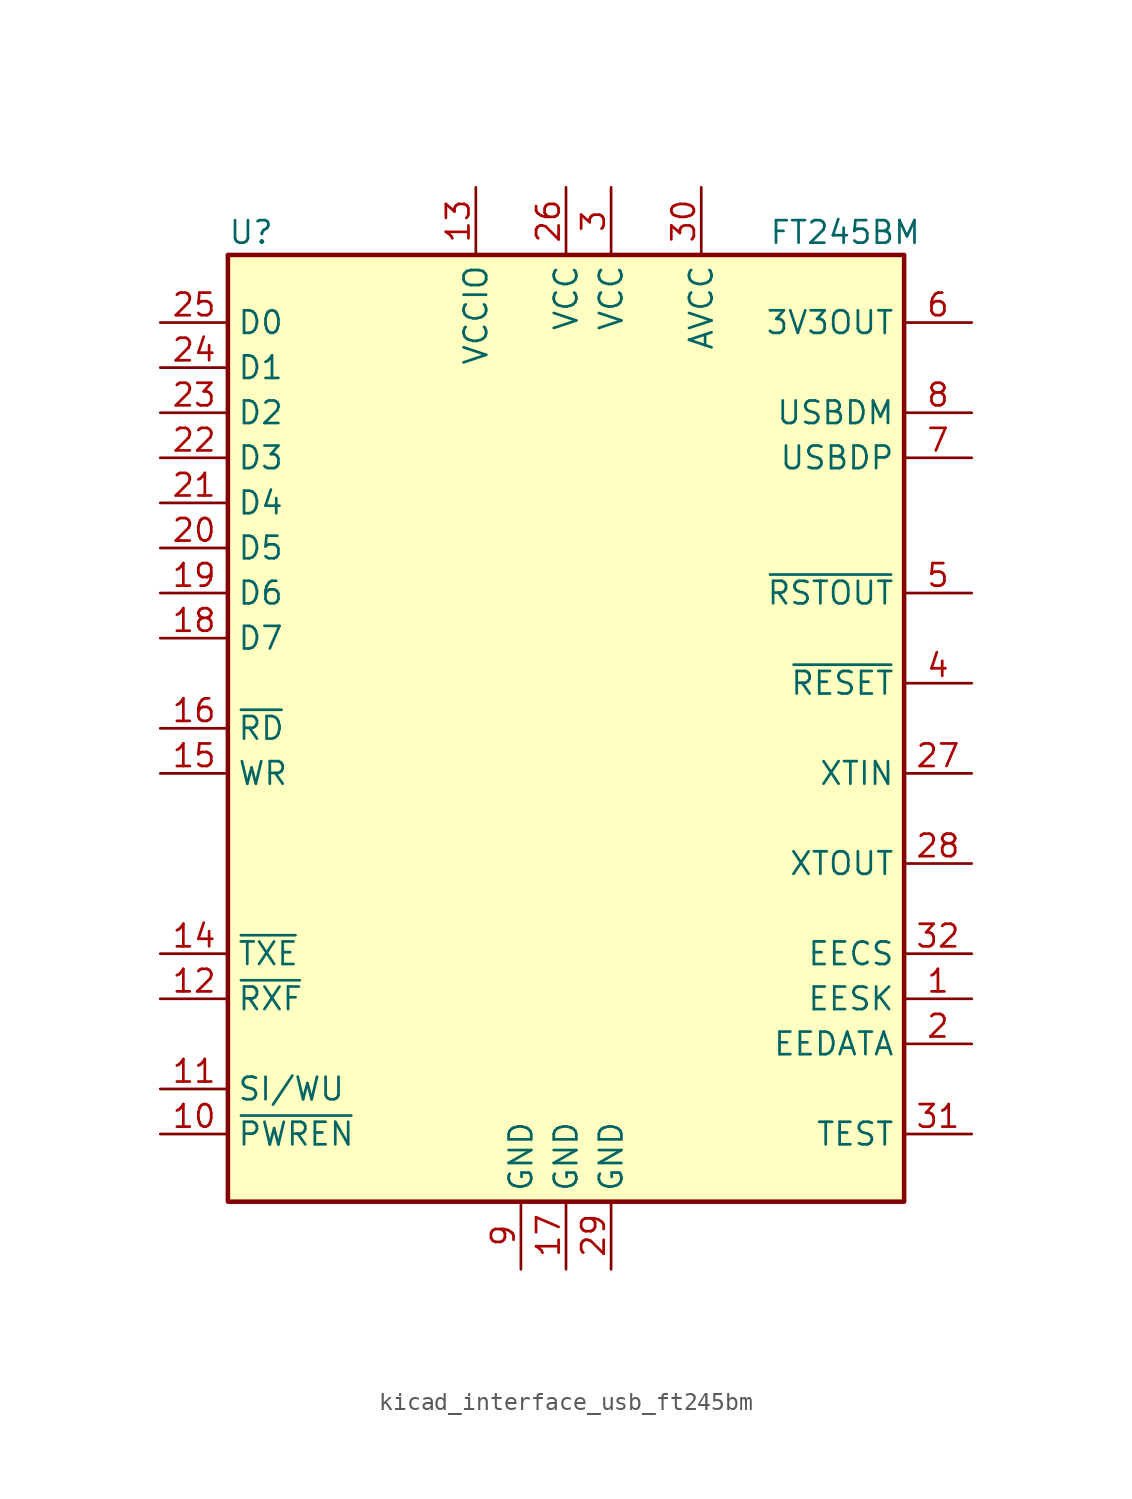
<source format=kicad_sym>
(kicad_symbol_lib
  (version 20220914)
  (generator kicad_symbol_editor)
  (symbol "kicad_interface_usb_ft245bm"
    (property "Reference" "U"
      (at -19.05 27.94 0)
      (effects (font (size 1.27 1.27)) (justify left)))
    (property "Value" "FT245BM"
      (at 11.43 27.94 0)
      (effects (font (size 1.27 1.27)) (justify left)))
    (symbol "kicad_interface_usb_ft245bm_0_1"
      (rectangle (start -19.05 26.67) (end 19.05 -26.67) (stroke (width 0.254) (type default)) (fill (type background))))
    (symbol "kicad_interface_usb_ft245bm_1_1"
      (pin output line (at 22.86 -15.24 180) (length 3.81) (name "EESK" (effects (font (size 1.27 1.27)))) (number "1" (effects (font (size 1.27 1.27)))))
      (pin output line (at -22.86 -22.86 0) (length 3.81) (name "~{PWREN}" (effects (font (size 1.27 1.27)))) (number "10" (effects (font (size 1.27 1.27)))))
      (pin input line (at -22.86 -20.32 0) (length 3.81) (name "SI/WU" (effects (font (size 1.27 1.27)))) (number "11" (effects (font (size 1.27 1.27)))))
      (pin output line (at -22.86 -15.24 0) (length 3.81) (name "~{RXF}" (effects (font (size 1.27 1.27)))) (number "12" (effects (font (size 1.27 1.27)))))
      (pin power_in line (at -5.08 30.48 270) (length 3.81) (name "VCCIO" (effects (font (size 1.27 1.27)))) (number "13" (effects (font (size 1.27 1.27)))))
      (pin output line (at -22.86 -12.7 0) (length 3.81) (name "~{TXE}" (effects (font (size 1.27 1.27)))) (number "14" (effects (font (size 1.27 1.27)))))
      (pin input line (at -22.86 -2.54 0) (length 3.81) (name "WR" (effects (font (size 1.27 1.27)))) (number "15" (effects (font (size 1.27 1.27)))))
      (pin input line (at -22.86 0 0) (length 3.81) (name "~{RD}" (effects (font (size 1.27 1.27)))) (number "16" (effects (font (size 1.27 1.27)))))
      (pin power_in line (at 0 -30.48 90) (length 3.81) (name "GND" (effects (font (size 1.27 1.27)))) (number "17" (effects (font (size 1.27 1.27)))))
      (pin bidirectional line (at -22.86 5.08 0) (length 3.81) (name "D7" (effects (font (size 1.27 1.27)))) (number "18" (effects (font (size 1.27 1.27)))))
      (pin bidirectional line (at -22.86 7.62 0) (length 3.81) (name "D6" (effects (font (size 1.27 1.27)))) (number "19" (effects (font (size 1.27 1.27)))))
      (pin bidirectional line (at 22.86 -17.78 180) (length 3.81) (name "EEDATA" (effects (font (size 1.27 1.27)))) (number "2" (effects (font (size 1.27 1.27)))))
      (pin bidirectional line (at -22.86 10.16 0) (length 3.81) (name "D5" (effects (font (size 1.27 1.27)))) (number "20" (effects (font (size 1.27 1.27)))))
      (pin bidirectional line (at -22.86 12.7 0) (length 3.81) (name "D4" (effects (font (size 1.27 1.27)))) (number "21" (effects (font (size 1.27 1.27)))))
      (pin bidirectional line (at -22.86 15.24 0) (length 3.81) (name "D3" (effects (font (size 1.27 1.27)))) (number "22" (effects (font (size 1.27 1.27)))))
      (pin bidirectional line (at -22.86 17.78 0) (length 3.81) (name "D2" (effects (font (size 1.27 1.27)))) (number "23" (effects (font (size 1.27 1.27)))))
      (pin bidirectional line (at -22.86 20.32 0) (length 3.81) (name "D1" (effects (font (size 1.27 1.27)))) (number "24" (effects (font (size 1.27 1.27)))))
      (pin bidirectional line (at -22.86 22.86 0) (length 3.81) (name "D0" (effects (font (size 1.27 1.27)))) (number "25" (effects (font (size 1.27 1.27)))))
      (pin power_in line (at 0 30.48 270) (length 3.81) (name "VCC" (effects (font (size 1.27 1.27)))) (number "26" (effects (font (size 1.27 1.27)))))
      (pin input line (at 22.86 -2.54 180) (length 3.81) (name "XTIN" (effects (font (size 1.27 1.27)))) (number "27" (effects (font (size 1.27 1.27)))))
      (pin output line (at 22.86 -7.62 180) (length 3.81) (name "XTOUT" (effects (font (size 1.27 1.27)))) (number "28" (effects (font (size 1.27 1.27)))))
      (pin power_in line (at 2.54 -30.48 90) (length 3.81) (name "GND" (effects (font (size 1.27 1.27)))) (number "29" (effects (font (size 1.27 1.27)))))
      (pin power_in line (at 2.54 30.48 270) (length 3.81) (name "VCC" (effects (font (size 1.27 1.27)))) (number "3" (effects (font (size 1.27 1.27)))))
      (pin power_in line (at 7.62 30.48 270) (length 3.81) (name "AVCC" (effects (font (size 1.27 1.27)))) (number "30" (effects (font (size 1.27 1.27)))))
      (pin input line (at 22.86 -22.86 180) (length 3.81) (name "TEST" (effects (font (size 1.27 1.27)))) (number "31" (effects (font (size 1.27 1.27)))))
      (pin bidirectional line (at 22.86 -12.7 180) (length 3.81) (name "EECS" (effects (font (size 1.27 1.27)))) (number "32" (effects (font (size 1.27 1.27)))))
      (pin input line (at 22.86 2.54 180) (length 3.81) (name "~{RESET}" (effects (font (size 1.27 1.27)))) (number "4" (effects (font (size 1.27 1.27)))))
      (pin output line (at 22.86 7.62 180) (length 3.81) (name "~{RSTOUT}" (effects (font (size 1.27 1.27)))) (number "5" (effects (font (size 1.27 1.27)))))
      (pin power_out line (at 22.86 22.86 180) (length 3.81) (name "3V3OUT" (effects (font (size 1.27 1.27)))) (number "6" (effects (font (size 1.27 1.27)))))
      (pin bidirectional line (at 22.86 15.24 180) (length 3.81) (name "USBDP" (effects (font (size 1.27 1.27)))) (number "7" (effects (font (size 1.27 1.27)))))
      (pin bidirectional line (at 22.86 17.78 180) (length 3.81) (name "USBDM" (effects (font (size 1.27 1.27)))) (number "8" (effects (font (size 1.27 1.27)))))
      (pin power_in line (at -2.54 -30.48 90) (length 3.81) (name "GND" (effects (font (size 1.27 1.27)))) (number "9" (effects (font (size 1.27 1.27))))))))
</source>
